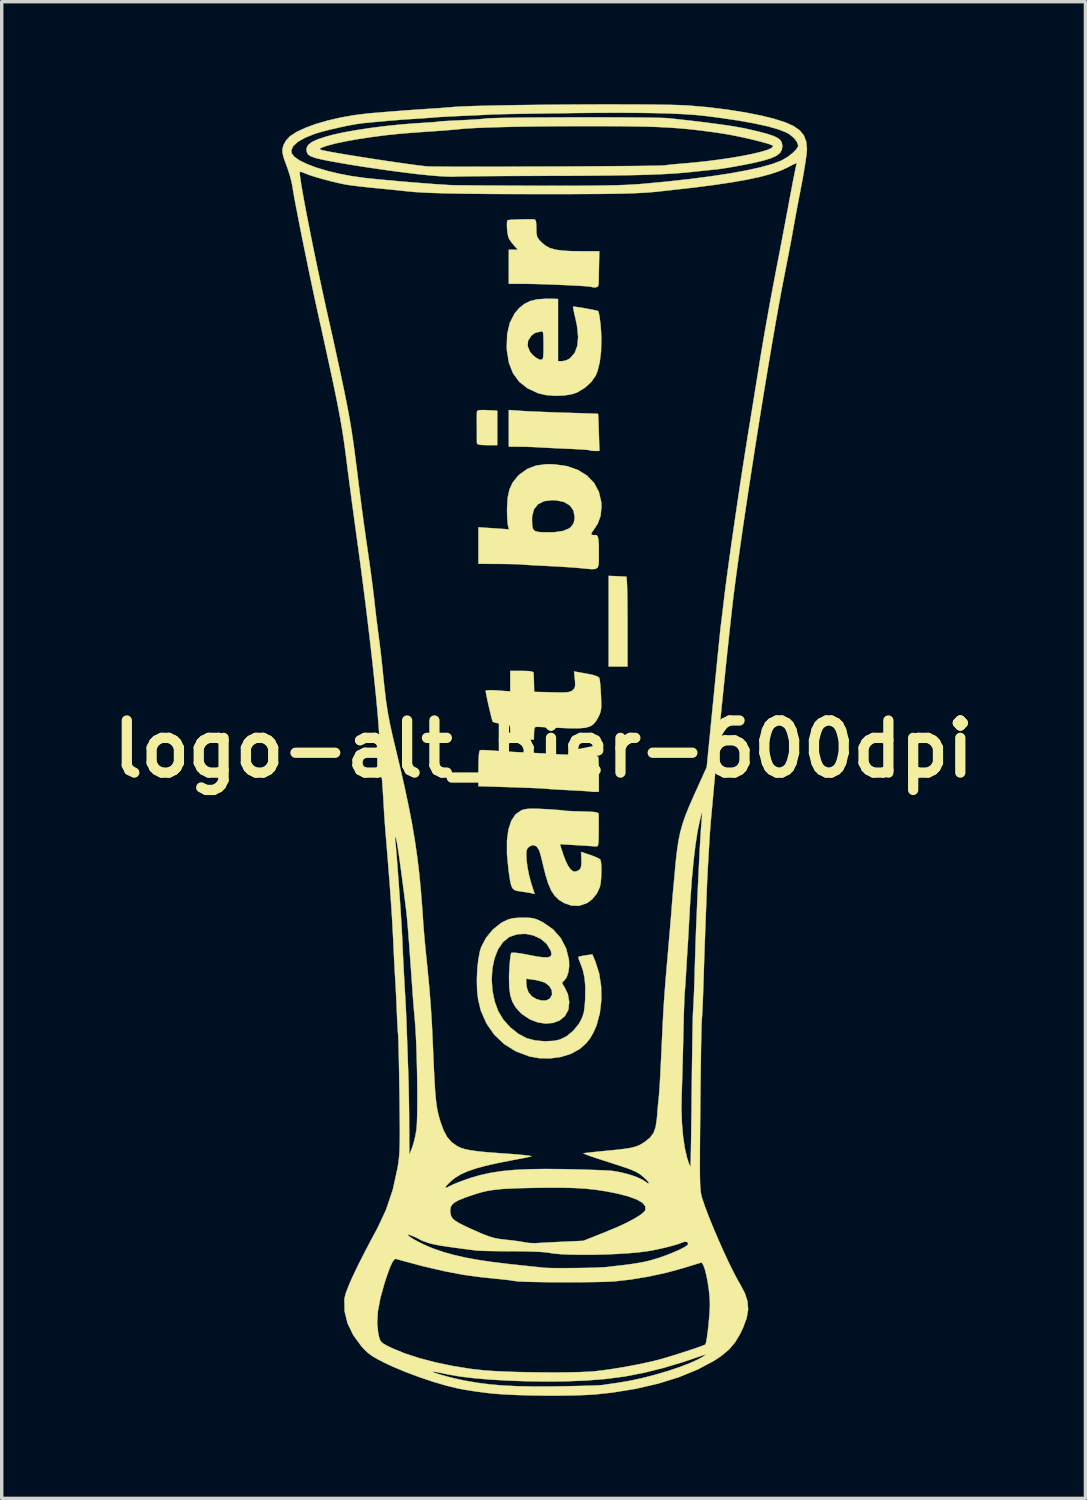
<source format=kicad_pcb>
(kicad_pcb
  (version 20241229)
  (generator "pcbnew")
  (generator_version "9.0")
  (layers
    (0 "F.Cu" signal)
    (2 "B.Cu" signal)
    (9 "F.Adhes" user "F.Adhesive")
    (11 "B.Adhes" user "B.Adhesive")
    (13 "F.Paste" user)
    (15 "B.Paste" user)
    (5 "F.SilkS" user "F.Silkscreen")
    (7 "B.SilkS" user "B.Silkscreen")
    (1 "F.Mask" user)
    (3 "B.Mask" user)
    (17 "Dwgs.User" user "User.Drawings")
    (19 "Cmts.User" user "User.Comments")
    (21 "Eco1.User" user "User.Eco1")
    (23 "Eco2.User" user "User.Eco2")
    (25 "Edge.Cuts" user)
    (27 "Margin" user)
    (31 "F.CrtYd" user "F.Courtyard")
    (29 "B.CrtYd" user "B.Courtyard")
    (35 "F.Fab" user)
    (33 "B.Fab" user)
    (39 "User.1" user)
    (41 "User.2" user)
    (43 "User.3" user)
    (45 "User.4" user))
  (footprint "logo-alt_bier-600dpi"
    (layer "F.Cu")
    (at 12.852 18.863)
    (property "Reference" "logo-alt_bier-600dpi" (at 0 0 0) (layer "F.SilkS") (effects (font (size 1.524 1.524) (thickness 0.3))))
    (attr through_hole)
    (fp_poly (pts (xy 2.148 -5.055) (xy 2.286 -5.049) (xy 2.388 -5.043) (xy 2.424 -5.041) (xy 2.431 -4.999) (xy 2.439 -4.884) (xy 2.445 -4.703) (xy 2.45 -4.469) (xy 2.453 -4.191) (xy 2.455 -3.88) (xy 2.455 -3.725) (xy 2.455 -2.413) (xy 1.905 -2.413) (xy 1.905 -5.066) (xy 2.148 -5.055)) (stroke (width 0.01) (type solid)) (fill yes) (layer "F.SilkS"))
    (fp_poly (pts (xy -1.651 -9.913) (xy -1.355 -9.899) (xy -1.355 -8.89) (xy -1.651 -8.89) (xy -1.824 -8.896) (xy -1.921 -8.914) (xy -1.949 -8.943) (xy -1.95 -9.028) (xy -1.951 -9.167) (xy -1.951 -9.338) (xy -1.952 -9.516) (xy -1.952 -9.679) (xy -1.951 -9.803) (xy -1.95 -9.864) (xy -1.933 -9.897) (xy -1.875 -9.914) (xy -1.76 -9.917) (xy -1.651 -9.913)) (stroke (width 0.01) (type solid)) (fill yes) (layer "F.SilkS"))
    (fp_poly (pts (xy -0.624 -9.89) (xy -0.459 -9.881) (xy -0.23 -9.87) (xy 0.043 -9.859) (xy 0.34 -9.848) (xy 0.641 -9.838) (xy 0.677 -9.837) (xy 0.945 -9.829) (xy 1.182 -9.822) (xy 1.376 -9.815) (xy 1.515 -9.81) (xy 1.587 -9.807) (xy 1.593 -9.806) (xy 1.597 -9.764) (xy 1.602 -9.653) (xy 1.609 -9.491) (xy 1.616 -9.291) (xy 1.617 -9.26) (xy 1.634 -8.721) (xy 1.501 -8.721) (xy 1.403 -8.726) (xy 1.349 -8.74) (xy 1.349 -8.74) (xy 1.302 -8.749) (xy 1.186 -8.759) (xy 1.015 -8.77) (xy 0.806 -8.781) (xy 0.696 -8.786) (xy 0.454 -8.796) (xy 0.222 -8.807) (xy 0.024 -8.817) (xy -0.118 -8.825) (xy -0.148 -8.827) (xy -0.3 -8.835) (xy -0.494 -8.841) (xy -0.688 -8.845) (xy -1.016 -8.848) (xy -1.016 -9.918) (xy -0.624 -9.89)) (stroke (width 0.01) (type solid)) (fill yes) (layer "F.SilkS"))
    (fp_poly (pts (xy -1.675 0.034) (xy -1.516 0.044) (xy -1.473 0.048) (xy -1.307 0.06) (xy -1.082 0.074) (xy -0.822 0.089) (xy -0.554 0.102) (xy -0.45 0.107) (xy -0.208 0.118) (xy 0.013 0.129) (xy 0.195 0.139) (xy 0.321 0.147) (xy 0.36 0.151) (xy 0.45 0.157) (xy 0.605 0.164) (xy 0.801 0.169) (xy 1.018 0.173) (xy 1.028 0.173) (xy 1.233 0.179) (xy 1.407 0.19) (xy 1.532 0.203) (xy 1.591 0.219) (xy 1.593 0.221) (xy 1.603 0.277) (xy 1.611 0.399) (xy 1.616 0.569) (xy 1.618 0.755) (xy 1.618 1.249) (xy 1.508 1.253) (xy 1.422 1.252) (xy 1.386 1.245) (xy 1.342 1.239) (xy 1.228 1.23) (xy 1.062 1.22) (xy 0.857 1.209) (xy 0.782 1.205) (xy 0.558 1.194) (xy 0.357 1.182) (xy 0.198 1.172) (xy 0.1 1.163) (xy 0.087 1.162) (xy 0.015 1.156) (xy -0.128 1.148) (xy -0.327 1.139) (xy -0.57 1.13) (xy -0.842 1.12) (xy -0.961 1.116) (xy -1.905 1.087) (xy -1.905 0.568) (xy -1.901 0.321) (xy -1.89 0.147) (xy -1.872 0.052) (xy -1.859 0.034) (xy -1.797 0.03) (xy -1.675 0.034)) (stroke (width 0.01) (type solid)) (fill yes) (layer "F.SilkS"))
    (fp_poly (pts (xy -0.302 -15.498) (xy -0.286 -15.497) (xy -0.244 -15.482) (xy -0.221 -15.43) (xy -0.213 -15.321) (xy -0.212 -15.235) (xy -0.208 -15.086) (xy -0.187 -14.988) (xy -0.137 -14.906) (xy -0.053 -14.817) (xy 0.056 -14.726) (xy 0.183 -14.658) (xy 0.342 -14.611) (xy 0.546 -14.581) (xy 0.81 -14.566) (xy 1.092 -14.563) (xy 1.63 -14.563) (xy 1.622 -14.129) (xy 1.618 -13.935) (xy 1.615 -13.766) (xy 1.612 -13.643) (xy 1.611 -13.6) (xy 1.586 -13.524) (xy 1.51 -13.504) (xy 1.426 -13.511) (xy 1.393 -13.522) (xy 1.346 -13.53) (xy 1.228 -13.54) (xy 1.053 -13.552) (xy 0.835 -13.563) (xy 0.589 -13.575) (xy 0.328 -13.586) (xy 0.066 -13.596) (xy -0.183 -13.603) (xy -0.405 -13.608) (xy -0.582 -13.61) (xy -1.016 -13.61) (xy -1.016 -14.605) (xy -0.746 -14.605) (xy -0.855 -14.721) (xy -0.943 -14.829) (xy -1.012 -14.932) (xy -1.015 -14.939) (xy -1.041 -15.025) (xy -1.061 -15.151) (xy -1.071 -15.287) (xy -1.07 -15.403) (xy -1.056 -15.468) (xy -1.054 -15.47) (xy -1.008 -15.478) (xy -0.9 -15.486) (xy -0.752 -15.492) (xy -0.588 -15.497) (xy -0.43 -15.499) (xy -0.302 -15.498)) (stroke (width 0.01) (type solid)) (fill yes) (layer "F.SilkS"))
    (fp_poly (pts (xy -0.448 -2.281) (xy -0.337 -2.266) (xy -0.293 -2.239) (xy -0.292 -2.233) (xy -0.289 -2.164) (xy -0.284 -2.041) (xy -0.281 -1.926) (xy -0.275 -1.672) (xy 0.247 -1.659) (xy 0.472 -1.654) (xy 0.627 -1.656) (xy 0.731 -1.666) (xy 0.799 -1.685) (xy 0.847 -1.715) (xy 0.856 -1.722) (xy 0.905 -1.78) (xy 0.925 -1.856) (xy 0.922 -1.977) (xy 0.916 -2.034) (xy 0.892 -2.269) (xy 1.249 -2.207) (xy 1.456 -2.164) (xy 1.583 -2.12) (xy 1.632 -2.078) (xy 1.645 -2.009) (xy 1.66 -1.877) (xy 1.672 -1.703) (xy 1.68 -1.566) (xy 1.687 -1.361) (xy 1.686 -1.217) (xy 1.673 -1.112) (xy 1.645 -1.024) (xy 1.601 -0.931) (xy 1.53 -0.809) (xy 1.452 -0.72) (xy 1.354 -0.659) (xy 1.222 -0.623) (xy 1.043 -0.607) (xy 0.803 -0.607) (xy 0.572 -0.615) (xy 0.34 -0.625) (xy 0.131 -0.635) (xy -0.037 -0.643) (xy -0.146 -0.648) (xy -0.169 -0.649) (xy -0.235 -0.646) (xy -0.267 -0.61) (xy -0.278 -0.519) (xy -0.279 -0.466) (xy -0.284 -0.275) (xy -0.449 -0.275) (xy -0.606 -0.278) (xy -0.773 -0.287) (xy -0.794 -0.288) (xy -0.974 -0.301) (xy -0.974 -0.51) (xy -0.979 -0.639) (xy -1 -0.702) (xy -1.044 -0.721) (xy -1.048 -0.721) (xy -1.171 -0.73) (xy -1.305 -0.749) (xy -1.419 -0.772) (xy -1.482 -0.795) (xy -1.485 -0.798) (xy -1.502 -0.846) (xy -1.532 -0.956) (xy -1.568 -1.106) (xy -1.608 -1.274) (xy -1.644 -1.44) (xy -1.674 -1.583) (xy -1.691 -1.679) (xy -1.694 -1.705) (xy -1.655 -1.717) (xy -1.551 -1.721) (xy -1.401 -1.716) (xy -1.333 -1.711) (xy -0.974 -1.685) (xy -0.974 -2.286) (xy -0.635 -2.286) (xy -0.448 -2.281)) (stroke (width 0.01) (type solid)) (fill yes) (layer "F.SilkS"))
    (fp_poly (pts (xy 0.286 -13.171) (xy 0.423 -13.166) (xy 0.423 -11.345) (xy 0.545 -11.345) (xy 0.667 -11.372) (xy 0.772 -11.429) (xy 0.909 -11.585) (xy 0.989 -11.795) (xy 1.012 -12.062) (xy 0.978 -12.387) (xy 0.934 -12.594) (xy 0.898 -12.751) (xy 0.873 -12.872) (xy 0.863 -12.937) (xy 0.863 -12.943) (xy 0.907 -12.941) (xy 1.01 -12.926) (xy 1.149 -12.904) (xy 1.3 -12.877) (xy 1.44 -12.851) (xy 1.546 -12.828) (xy 1.593 -12.814) (xy 1.594 -12.814) (xy 1.618 -12.751) (xy 1.642 -12.622) (xy 1.663 -12.447) (xy 1.68 -12.244) (xy 1.69 -12.031) (xy 1.69 -12.006) (xy 1.682 -11.64) (xy 1.643 -11.316) (xy 1.576 -11.048) (xy 1.522 -10.918) (xy 1.391 -10.734) (xy 1.204 -10.566) (xy 0.991 -10.437) (xy 0.873 -10.392) (xy 0.625 -10.345) (xy 0.343 -10.333) (xy 0.066 -10.356) (xy -0.157 -10.408) (xy -0.466 -10.551) (xy -0.71 -10.743) (xy -0.891 -10.988) (xy -1.011 -11.29) (xy -1.071 -11.651) (xy -1.077 -11.748) (xy -1.076 -11.787) (xy -0.466 -11.787) (xy -0.399 -11.625) (xy -0.322 -11.532) (xy -0.218 -11.446) (xy -0.122 -11.394) (xy -0.089 -11.388) (xy -0.049 -11.393) (xy -0.023 -11.417) (xy -0.008 -11.478) (xy -0.002 -11.589) (xy -0.000031 -11.765) (xy 0 -11.816) (xy -0.002 -12.01) (xy -0.008 -12.133) (xy -0.02 -12.199) (xy -0.042 -12.222) (xy -0.067 -12.218) (xy -0.164 -12.194) (xy -0.196 -12.192) (xy -0.266 -12.164) (xy -0.354 -12.096) (xy -0.362 -12.088) (xy -0.453 -11.945) (xy -0.466 -11.787) (xy -1.076 -11.787) (xy -1.064 -12.135) (xy -0.988 -12.465) (xy -0.849 -12.74) (xy -0.713 -12.899) (xy -0.559 -13.023) (xy -0.39 -13.106) (xy -0.188 -13.155) (xy 0.065 -13.173) (xy 0.286 -13.171)) (stroke (width 0.01) (type solid)) (fill yes) (layer "F.SilkS"))
    (fp_poly (pts (xy 0.314 -8.329) (xy 0.686 -8.276) (xy 1.007 -8.164) (xy 1.273 -7.998) (xy 1.478 -7.784) (xy 1.618 -7.525) (xy 1.687 -7.226) (xy 1.693 -7.09) (xy 1.668 -6.82) (xy 1.584 -6.591) (xy 1.474 -6.424) (xy 1.405 -6.323) (xy 1.398 -6.27) (xy 1.457 -6.257) (xy 1.51 -6.261) (xy 1.556 -6.253) (xy 1.587 -6.208) (xy 1.606 -6.114) (xy 1.616 -5.958) (xy 1.617 -5.731) (xy 1.617 -5.721) (xy 1.617 -5.522) (xy 1.609 -5.387) (xy 1.581 -5.307) (xy 1.518 -5.269) (xy 1.407 -5.262) (xy 1.234 -5.277) (xy 1.079 -5.293) (xy 0.912 -5.307) (xy 0.686 -5.323) (xy 0.427 -5.339) (xy 0.163 -5.353) (xy 0.085 -5.357) (xy -0.146 -5.368) (xy -0.35 -5.379) (xy -0.511 -5.389) (xy -0.611 -5.397) (xy -0.635 -5.4) (xy -0.699 -5.404) (xy -0.83 -5.409) (xy -1.011 -5.412) (xy -1.226 -5.415) (xy -1.302 -5.415) (xy -1.905 -5.419) (xy -1.905 -6.487) (xy -1.456 -6.457) (xy -1.008 -6.426) (xy -1.037 -6.52) (xy -1.051 -6.603) (xy -1.059 -6.723) (xy -0.338 -6.723) (xy -0.333 -6.546) (xy -0.309 -6.436) (xy -0.253 -6.377) (xy -0.15 -6.35) (xy -0.027 -6.341) (xy 0.304 -6.341) (xy 0.56 -6.377) (xy 0.74 -6.449) (xy 0.801 -6.496) (xy 0.878 -6.601) (xy 0.908 -6.73) (xy 0.91 -6.791) (xy 0.874 -6.981) (xy 0.767 -7.128) (xy 0.596 -7.228) (xy 0.364 -7.277) (xy 0.253 -7.281) (xy 0.015 -7.251) (xy -0.163 -7.162) (xy -0.28 -7.015) (xy -0.334 -6.811) (xy -0.338 -6.723) (xy -1.059 -6.723) (xy -1.061 -6.746) (xy -1.067 -6.925) (xy -1.068 -7.024) (xy -1.051 -7.339) (xy -0.998 -7.592) (xy -0.9 -7.801) (xy -0.752 -7.984) (xy -0.686 -8.046) (xy -0.464 -8.2) (xy -0.213 -8.294) (xy 0.084 -8.333) (xy 0.314 -8.329)) (stroke (width 0.01) (type solid)) (fill yes) (layer "F.SilkS"))
    (fp_poly (pts (xy -0.122 1.75) (xy 0.039 1.758) (xy 0.243 1.77) (xy 0.415 1.783) (xy 0.538 1.793) (xy 0.595 1.802) (xy 0.596 1.802) (xy 0.646 1.809) (xy 0.762 1.815) (xy 0.928 1.822) (xy 1.115 1.827) (xy 1.33 1.833) (xy 1.475 1.842) (xy 1.561 1.857) (xy 1.602 1.878) (xy 1.611 1.903) (xy 1.612 1.971) (xy 1.613 2.103) (xy 1.613 2.277) (xy 1.613 2.413) (xy 1.611 2.612) (xy 1.605 2.741) (xy 1.593 2.814) (xy 1.571 2.845) (xy 1.538 2.85) (xy 1.538 2.85) (xy 1.467 2.845) (xy 1.332 2.836) (xy 1.153 2.824) (xy 0.97 2.813) (xy 0.477 2.784) (xy 0.579 3.096) (xy 0.642 3.262) (xy 0.713 3.409) (xy 0.778 3.505) (xy 0.783 3.511) (xy 0.863 3.578) (xy 0.931 3.587) (xy 0.993 3.565) (xy 1.058 3.524) (xy 1.094 3.462) (xy 1.108 3.358) (xy 1.106 3.192) (xy 1.104 3.167) (xy 1.097 3.01) (xy 1.363 3.099) (xy 1.504 3.151) (xy 1.612 3.201) (xy 1.661 3.235) (xy 1.68 3.308) (xy 1.69 3.44) (xy 1.691 3.605) (xy 1.684 3.778) (xy 1.668 3.933) (xy 1.649 4.031) (xy 1.562 4.223) (xy 1.422 4.395) (xy 1.269 4.509) (xy 1.04 4.586) (xy 0.81 4.579) (xy 0.603 4.506) (xy 0.453 4.414) (xy 0.329 4.297) (xy 0.226 4.142) (xy 0.136 3.937) (xy 0.054 3.67) (xy -0.02 3.365) (xy -0.06 3.199) (xy -0.101 3.05) (xy -0.132 2.954) (xy -0.208 2.845) (xy -0.308 2.809) (xy -0.417 2.852) (xy -0.431 2.864) (xy -0.476 2.914) (xy -0.499 2.977) (xy -0.505 3.076) (xy -0.498 3.234) (xy -0.496 3.26) (xy -0.47 3.466) (xy -0.423 3.7) (xy -0.367 3.909) (xy -0.261 4.241) (xy -0.353 4.218) (xy -0.447 4.2) (xy -0.586 4.178) (xy -0.67 4.166) (xy -0.778 4.149) (xy -0.855 4.122) (xy -0.91 4.071) (xy -0.949 3.982) (xy -0.98 3.842) (xy -1.011 3.638) (xy -1.026 3.526) (xy -1.07 3.07) (xy -1.07 2.678) (xy -1.027 2.353) (xy -0.942 2.095) (xy -0.816 1.908) (xy -0.648 1.793) (xy -0.563 1.765) (xy -0.459 1.75) (xy -0.318 1.745) (xy -0.122 1.75)) (stroke (width 0.01) (type solid)) (fill yes) (layer "F.SilkS"))
    (fp_poly (pts (xy -0.432 4.937) (xy -0.3 4.952) (xy -0.183 4.989) (xy -0.046 5.056) (xy -0.007 5.077) (xy 0.28 5.278) (xy 0.505 5.534) (xy 0.661 5.835) (xy 0.742 6.161) (xy 0.749 6.351) (xy 0.724 6.534) (xy 0.673 6.684) (xy 0.602 6.777) (xy 0.597 6.781) (xy 0.551 6.816) (xy 0.548 6.859) (xy 0.591 6.934) (xy 0.617 6.973) (xy 0.711 7.173) (xy 0.75 7.397) (xy 0.729 7.611) (xy 0.721 7.638) (xy 0.622 7.815) (xy 0.47 7.94) (xy 0.278 8.013) (xy 0.059 8.032) (xy -0.173 7.997) (xy -0.404 7.907) (xy -0.621 7.762) (xy -0.683 7.707) (xy -0.817 7.555) (xy -0.913 7.391) (xy -0.974 7.199) (xy -1.005 6.963) (xy -1.007 6.855) (xy -0.508 6.855) (xy -0.487 6.991) (xy -0.442 7.117) (xy -0.346 7.233) (xy -0.21 7.316) (xy -0.058 7.358) (xy 0.085 7.354) (xy 0.187 7.299) (xy 0.249 7.186) (xy 0.241 7.057) (xy 0.169 6.933) (xy 0.048 6.84) (xy -0.066 6.797) (xy -0.218 6.761) (xy -0.29 6.749) (xy -0.508 6.72) (xy -0.508 6.855) (xy -1.007 6.855) (xy -1.01 6.668) (xy -1.004 6.505) (xy -0.992 6.306) (xy -0.977 6.137) (xy -0.96 6.017) (xy -0.945 5.965) (xy -0.889 5.958) (xy -0.77 5.967) (xy -0.604 5.992) (xy -0.486 6.015) (xy -0.211 6.067) (xy -0.01 6.094) (xy 0.125 6.095) (xy 0.203 6.069) (xy 0.232 6.014) (xy 0.219 5.928) (xy 0.205 5.888) (xy 0.091 5.7) (xy -0.081 5.553) (xy -0.294 5.454) (xy -0.529 5.407) (xy -0.769 5.419) (xy -0.994 5.495) (xy -1.015 5.507) (xy -1.191 5.652) (xy -1.332 5.86) (xy -1.434 6.12) (xy -1.497 6.416) (xy -1.518 6.736) (xy -1.496 7.066) (xy -1.428 7.392) (xy -1.328 7.666) (xy -1.182 7.911) (xy -0.977 8.14) (xy -0.739 8.331) (xy -0.49 8.462) (xy -0.487 8.463) (xy -0.242 8.526) (xy 0.035 8.551) (xy 0.305 8.537) (xy 0.472 8.502) (xy 0.674 8.404) (xy 0.868 8.244) (xy 1.032 8.041) (xy 1.088 7.943) (xy 1.141 7.827) (xy 1.177 7.71) (xy 1.199 7.569) (xy 1.214 7.378) (xy 1.219 7.272) (xy 1.222 6.952) (xy 1.199 6.688) (xy 1.147 6.455) (xy 1.072 6.254) (xy 1.033 6.152) (xy 1.018 6.088) (xy 1.02 6.08) (xy 1.069 6.065) (xy 1.172 6.046) (xy 1.232 6.036) (xy 1.427 6.008) (xy 1.513 6.211) (xy 1.625 6.56) (xy 1.684 6.945) (xy 1.691 7.341) (xy 1.646 7.728) (xy 1.551 8.083) (xy 1.462 8.288) (xy 1.356 8.471) (xy 1.246 8.609) (xy 1.103 8.737) (xy 1.049 8.779) (xy 0.809 8.914) (xy 0.517 9.006) (xy 0.195 9.051) (xy -0.133 9.044) (xy -0.412 8.994) (xy -0.806 8.847) (xy -1.151 8.633) (xy -1.441 8.359) (xy -1.67 8.03) (xy -1.835 7.653) (xy -1.915 7.319) (xy -1.944 7.055) (xy -1.951 6.758) (xy -1.939 6.452) (xy -1.909 6.164) (xy -1.862 5.918) (xy -1.824 5.793) (xy -1.683 5.524) (xy -1.483 5.282) (xy -1.247 5.093) (xy -1.169 5.049) (xy -1.035 4.987) (xy -0.904 4.952) (xy -0.745 4.937) (xy -0.614 4.934) (xy -0.432 4.937)) (stroke (width 0.01) (type solid)) (fill yes) (layer "F.SilkS"))
    (fp_poly (pts (xy 1.75 -18.48) (xy 2.147 -18.479) (xy 2.518 -18.477) (xy 2.854 -18.474) (xy 3.146 -18.47) (xy 3.384 -18.466) (xy 3.559 -18.46) (xy 3.662 -18.454) (xy 4.25 -18.389) (xy 4.758 -18.328) (xy 5.188 -18.271) (xy 5.544 -18.218) (xy 5.83 -18.167) (xy 5.969 -18.138) (xy 6.289 -18.063) (xy 6.536 -17.998) (xy 6.718 -17.938) (xy 6.845 -17.879) (xy 6.925 -17.816) (xy 6.968 -17.745) (xy 6.984 -17.661) (xy 6.985 -17.632) (xy 6.969 -17.526) (xy 6.914 -17.436) (xy 6.814 -17.358) (xy 6.659 -17.287) (xy 6.441 -17.219) (xy 6.152 -17.15) (xy 5.94 -17.107) (xy 5.696 -17.06) (xy 5.458 -17.018) (xy 5.249 -16.984) (xy 5.093 -16.962) (xy 5.059 -16.958) (xy 4.897 -16.942) (xy 4.689 -16.921) (xy 4.471 -16.897) (xy 4.403 -16.89) (xy 4.177 -16.867) (xy 3.945 -16.847) (xy 3.697 -16.83) (xy 3.427 -16.816) (xy 3.126 -16.804) (xy 2.788 -16.794) (xy 2.404 -16.786) (xy 1.968 -16.78) (xy 1.47 -16.775) (xy 0.905 -16.771) (xy 0.264 -16.769) (xy 0.152 -16.769) (xy -0.317 -16.767) (xy -0.763 -16.766) (xy -1.178 -16.764) (xy -1.554 -16.761) (xy -1.884 -16.759) (xy -2.161 -16.756) (xy -2.376 -16.753) (xy -2.524 -16.75) (xy -2.595 -16.748) (xy -2.6 -16.747) (xy -2.677 -16.744) (xy -2.817 -16.748) (xy -2.998 -16.757) (xy -3.154 -16.767) (xy -3.423 -16.792) (xy -3.742 -16.826) (xy -4.097 -16.87) (xy -4.474 -16.919) (xy -4.862 -16.974) (xy -5.246 -17.031) (xy -5.614 -17.089) (xy -5.953 -17.146) (xy -6.248 -17.199) (xy -6.488 -17.247) (xy -6.659 -17.288) (xy -6.678 -17.294) (xy -6.815 -17.343) (xy -6.891 -17.395) (xy -6.926 -17.467) (xy -6.927 -17.471) (xy -6.931 -17.55) (xy -6.547 -17.55) (xy -6.494 -17.525) (xy -6.418 -17.506) (xy -6.269 -17.476) (xy -6.061 -17.439) (xy -5.806 -17.395) (xy -5.515 -17.348) (xy -5.2 -17.298) (xy -4.874 -17.247) (xy -4.548 -17.198) (xy -4.235 -17.153) (xy -3.947 -17.112) (xy -3.696 -17.078) (xy -3.493 -17.054) (xy -3.408 -17.045) (xy -3.331 -17.042) (xy -3.179 -17.039) (xy -2.96 -17.038) (xy -2.681 -17.036) (xy -2.351 -17.036) (xy -1.977 -17.035) (xy -1.567 -17.036) (xy -1.129 -17.036) (xy -0.67 -17.038) (xy -0.2 -17.039) (xy 0.275 -17.041) (xy 0.746 -17.043) (xy 1.206 -17.046) (xy 1.646 -17.049) (xy 2.059 -17.052) (xy 2.437 -17.055) (xy 2.772 -17.058) (xy 3.057 -17.062) (xy 3.282 -17.065) (xy 3.441 -17.069) (xy 3.525 -17.073) (xy 3.535 -17.074) (xy 3.638 -17.088) (xy 3.795 -17.105) (xy 3.974 -17.12) (xy 4 -17.122) (xy 4.403 -17.157) (xy 4.798 -17.2) (xy 5.177 -17.249) (xy 5.532 -17.302) (xy 5.855 -17.359) (xy 6.139 -17.417) (xy 6.374 -17.474) (xy 6.554 -17.53) (xy 6.67 -17.583) (xy 6.714 -17.631) (xy 6.704 -17.655) (xy 6.644 -17.683) (xy 6.516 -17.724) (xy 6.337 -17.773) (xy 6.123 -17.827) (xy 5.889 -17.881) (xy 5.652 -17.931) (xy 5.427 -17.975) (xy 5.23 -18.008) (xy 5.228 -18.009) (xy 4.888 -18.058) (xy 4.575 -18.098) (xy 4.279 -18.132) (xy 3.986 -18.159) (xy 3.684 -18.181) (xy 3.363 -18.197) (xy 3.01 -18.209) (xy 2.613 -18.216) (xy 2.16 -18.221) (xy 1.639 -18.223) (xy 1.397 -18.223) (xy 0.792 -18.222) (xy 0.214 -18.219) (xy -0.33 -18.213) (xy -0.833 -18.205) (xy -1.287 -18.194) (xy -1.684 -18.182) (xy -2.018 -18.168) (xy -2.28 -18.152) (xy -2.434 -18.139) (xy -2.559 -18.126) (xy -2.717 -18.112) (xy -2.918 -18.096) (xy -3.174 -18.077) (xy -3.495 -18.055) (xy -3.81 -18.033) (xy -4.212 -18) (xy -4.624 -17.957) (xy -5.031 -17.904) (xy -5.419 -17.845) (xy -5.774 -17.782) (xy -6.082 -17.717) (xy -6.33 -17.652) (xy -6.457 -17.609) (xy -6.538 -17.573) (xy -6.547 -17.55) (xy -6.931 -17.55) (xy -6.933 -17.578) (xy -6.887 -17.671) (xy -6.782 -17.756) (xy -6.612 -17.835) (xy -6.369 -17.915) (xy -6.16 -17.971) (xy -5.848 -18.04) (xy -5.471 -18.107) (xy -5.05 -18.171) (xy -4.605 -18.227) (xy -4.155 -18.273) (xy -3.721 -18.307) (xy -3.619 -18.313) (xy -3.421 -18.325) (xy -3.255 -18.336) (xy -3.139 -18.346) (xy -3.09 -18.353) (xy -3.09 -18.353) (xy -3.042 -18.359) (xy -2.925 -18.368) (xy -2.754 -18.378) (xy -2.544 -18.389) (xy -2.433 -18.394) (xy -2.202 -18.405) (xy -1.993 -18.418) (xy -1.825 -18.43) (xy -1.717 -18.441) (xy -1.693 -18.444) (xy -1.619 -18.451) (xy -1.47 -18.457) (xy -1.254 -18.463) (xy -0.981 -18.467) (xy -0.661 -18.471) (xy -0.302 -18.475) (xy 0.087 -18.477) (xy 0.495 -18.479) (xy 0.915 -18.48) (xy 1.336 -18.481) (xy 1.75 -18.48)) (stroke (width 0.01) (type solid)) (fill yes) (layer "F.SilkS"))
    (fp_poly (pts (xy 2.58 -18.857) (xy 3.008 -18.855) (xy 3.394 -18.851) (xy 3.729 -18.845) (xy 4.003 -18.837) (xy 4.208 -18.828) (xy 4.233 -18.826) (xy 4.801 -18.777) (xy 5.365 -18.708) (xy 5.903 -18.623) (xy 6.395 -18.525) (xy 6.734 -18.44) (xy 7.063 -18.337) (xy 7.314 -18.225) (xy 7.496 -18.098) (xy 7.617 -17.949) (xy 7.684 -17.77) (xy 7.705 -17.555) (xy 7.705 -17.552) (xy 7.697 -17.438) (xy 7.674 -17.259) (xy 7.639 -17.031) (xy 7.595 -16.77) (xy 7.544 -16.495) (xy 7.537 -16.459) (xy 7.481 -16.168) (xy 7.425 -15.875) (xy 7.374 -15.602) (xy 7.332 -15.369) (xy 7.301 -15.198) (xy 7.301 -15.198) (xy 7.272 -15.034) (xy 7.23 -14.807) (xy 7.178 -14.535) (xy 7.12 -14.237) (xy 7.061 -13.933) (xy 7.043 -13.843) (xy 6.963 -13.432) (xy 6.874 -12.947) (xy 6.777 -12.399) (xy 6.673 -11.798) (xy 6.565 -11.155) (xy 6.453 -10.479) (xy 6.34 -9.781) (xy 6.227 -9.072) (xy 6.116 -8.361) (xy 6.008 -7.659) (xy 5.905 -6.977) (xy 5.809 -6.324) (xy 5.722 -5.712) (xy 5.644 -5.149) (xy 5.578 -4.647) (xy 5.568 -4.572) (xy 5.538 -4.324) (xy 5.502 -4.003) (xy 5.459 -3.62) (xy 5.413 -3.185) (xy 5.362 -2.712) (xy 5.31 -2.209) (xy 5.257 -1.69) (xy 5.203 -1.163) (xy 5.151 -0.642) (xy 5.102 -0.137) (xy 5.056 0.341) (xy 5.014 0.781) (xy 4.996 0.974) (xy 4.97 1.263) (xy 4.945 1.537) (xy 4.923 1.779) (xy 4.905 1.974) (xy 4.893 2.107) (xy 4.89 2.138) (xy 4.879 2.278) (xy 4.865 2.469) (xy 4.852 2.678) (xy 4.848 2.752) (xy 4.834 2.977) (xy 4.82 3.217) (xy 4.808 3.428) (xy 4.805 3.471) (xy 4.797 3.633) (xy 4.786 3.853) (xy 4.775 4.105) (xy 4.765 4.363) (xy 4.763 4.424) (xy 4.753 4.704) (xy 4.741 5.009) (xy 4.73 5.303) (xy 4.721 5.55) (xy 4.72 5.567) (xy 4.712 5.778) (xy 4.703 6.049) (xy 4.693 6.354) (xy 4.683 6.669) (xy 4.675 6.921) (xy 4.666 7.191) (xy 4.656 7.441) (xy 4.647 7.654) (xy 4.637 7.817) (xy 4.63 7.911) (xy 4.629 7.916) (xy 4.625 7.985) (xy 4.62 8.131) (xy 4.615 8.345) (xy 4.609 8.619) (xy 4.604 8.945) (xy 4.599 9.316) (xy 4.593 9.722) (xy 4.588 10.156) (xy 4.585 10.477) (xy 4.58 10.991) (xy 4.576 11.428) (xy 4.574 11.794) (xy 4.573 12.097) (xy 4.573 12.345) (xy 4.575 12.544) (xy 4.579 12.701) (xy 4.586 12.825) (xy 4.594 12.923) (xy 4.605 13) (xy 4.619 13.066) (xy 4.635 13.126) (xy 4.647 13.166) (xy 4.729 13.406) (xy 4.84 13.696) (xy 4.971 14.02) (xy 5.117 14.36) (xy 5.268 14.7) (xy 5.418 15.022) (xy 5.559 15.308) (xy 5.683 15.543) (xy 5.747 15.652) (xy 5.888 15.916) (xy 5.967 16.158) (xy 5.985 16.396) (xy 5.942 16.648) (xy 5.836 16.932) (xy 5.755 17.103) (xy 5.607 17.353) (xy 5.429 17.564) (xy 5.201 17.755) (xy 4.986 17.897) (xy 4.508 18.152) (xy 3.96 18.376) (xy 3.353 18.565) (xy 2.697 18.717) (xy 2.002 18.829) (xy 1.524 18.88) (xy 1.233 18.898) (xy 0.879 18.91) (xy 0.481 18.916) (xy 0.06 18.916) (xy -0.364 18.91) (xy -0.77 18.899) (xy -1.137 18.882) (xy -1.446 18.86) (xy -1.503 18.855) (xy -1.765 18.824) (xy -2.049 18.785) (xy -2.316 18.742) (xy -2.494 18.709) (xy -2.835 18.627) (xy -3.224 18.513) (xy -3.634 18.375) (xy -4.039 18.224) (xy -4.056 18.217) (xy -3.245 18.217) (xy -3.218 18.237) (xy -3.124 18.27) (xy -2.982 18.314) (xy -2.806 18.362) (xy -2.615 18.41) (xy -2.424 18.453) (xy -2.307 18.477) (xy -1.949 18.539) (xy -1.583 18.587) (xy -1.195 18.62) (xy -0.771 18.641) (xy -0.294 18.65) (xy 0.249 18.649) (xy 0.381 18.647) (xy 0.699 18.641) (xy 0.994 18.635) (xy 1.255 18.628) (xy 1.469 18.622) (xy 1.625 18.615) (xy 1.709 18.609) (xy 1.714 18.608) (xy 1.818 18.593) (xy 1.974 18.57) (xy 2.151 18.545) (xy 2.18 18.541) (xy 2.52 18.483) (xy 2.886 18.404) (xy 3.261 18.307) (xy 3.629 18.199) (xy 3.973 18.085) (xy 4.278 17.968) (xy 4.526 17.855) (xy 4.658 17.781) (xy 4.728 17.731) (xy 4.739 17.712) (xy 4.72 17.717) (xy 4.083 17.934) (xy 3.494 18.11) (xy 2.934 18.249) (xy 2.383 18.355) (xy 1.822 18.429) (xy 1.23 18.476) (xy 0.59 18.5) (xy 0.106 18.504) (xy -0.479 18.497) (xy -1.038 18.477) (xy -1.56 18.447) (xy -2.033 18.407) (xy -2.446 18.357) (xy -2.788 18.298) (xy -2.842 18.287) (xy -3.011 18.251) (xy -3.147 18.226) (xy -3.229 18.215) (xy -3.245 18.217) (xy -4.056 18.217) (xy -4.413 18.067) (xy -4.636 17.963) (xy -4.851 17.853) (xy -5.009 17.761) (xy -5.132 17.67) (xy -5.243 17.567) (xy -5.33 17.471) (xy -5.569 17.144) (xy -5.733 16.802) (xy -5.735 16.795) (xy -4.868 16.795) (xy -4.837 17.096) (xy -4.82 17.174) (xy -4.793 17.267) (xy -4.758 17.334) (xy -4.697 17.389) (xy -4.593 17.449) (xy -4.43 17.529) (xy -4.428 17.53) (xy -4.067 17.679) (xy -3.64 17.818) (xy -3.165 17.943) (xy -2.66 18.049) (xy -2.145 18.132) (xy -1.732 18.179) (xy -1.471 18.197) (xy -1.153 18.213) (xy -0.794 18.225) (xy -0.41 18.233) (xy -0.017 18.238) (xy 0.369 18.239) (xy 0.733 18.236) (xy 1.059 18.228) (xy 1.33 18.217) (xy 1.515 18.203) (xy 1.915 18.152) (xy 2.358 18.081) (xy 2.807 17.996) (xy 3.227 17.903) (xy 3.303 17.884) (xy 3.451 17.844) (xy 3.639 17.789) (xy 3.851 17.724) (xy 4.071 17.654) (xy 4.283 17.585) (xy 4.472 17.522) (xy 4.62 17.469) (xy 4.713 17.432) (xy 4.735 17.42) (xy 4.754 17.364) (xy 4.777 17.242) (xy 4.801 17.072) (xy 4.824 16.874) (xy 4.843 16.666) (xy 4.858 16.466) (xy 4.866 16.293) (xy 4.867 16.235) (xy 4.858 16.032) (xy 4.836 15.814) (xy 4.803 15.596) (xy 4.763 15.393) (xy 4.719 15.22) (xy 4.673 15.094) (xy 4.631 15.029) (xy 4.611 15.024) (xy 4.548 15.043) (xy 4.423 15.081) (xy 4.255 15.133) (xy 4.088 15.185) (xy 3.599 15.319) (xy 3.07 15.434) (xy 2.54 15.522) (xy 2.074 15.573) (xy 1.911 15.583) (xy 1.689 15.59) (xy 1.421 15.595) (xy 1.121 15.598) (xy 0.802 15.6) (xy 0.478 15.6) (xy 0.161 15.598) (xy -0.134 15.594) (xy -0.395 15.589) (xy -0.608 15.582) (xy -0.76 15.573) (xy -0.826 15.565) (xy -0.946 15.546) (xy -1.1 15.526) (xy -1.164 15.52) (xy -1.297 15.506) (xy -1.485 15.487) (xy -1.699 15.465) (xy -1.841 15.45) (xy -2.342 15.382) (xy -2.905 15.275) (xy -3.522 15.132) (xy -4.182 14.955) (xy -4.32 14.915) (xy -4.368 14.933) (xy -4.425 15.016) (xy -4.495 15.169) (xy -4.578 15.397) (xy -4.652 15.621) (xy -4.776 16.066) (xy -4.848 16.454) (xy -4.868 16.795) (xy -5.735 16.795) (xy -5.82 16.453) (xy -5.827 16.106) (xy -5.823 16.072) (xy -5.788 15.928) (xy -5.709 15.717) (xy -5.589 15.442) (xy -5.429 15.107) (xy -5.232 14.718) (xy -5 14.277) (xy -4.96 14.203) (xy -3.979 14.203) (xy -3.943 14.248) (xy -3.844 14.316) (xy -3.7 14.398) (xy -3.527 14.485) (xy -3.341 14.568) (xy -3.217 14.617) (xy -2.935 14.714) (xy -2.633 14.799) (xy -2.302 14.875) (xy -1.93 14.944) (xy -1.505 15.007) (xy -1.015 15.067) (xy -0.572 15.114) (xy -0.374 15.135) (xy -0.201 15.153) (xy -0.074 15.167) (xy -0.021 15.173) (xy 0.079 15.18) (xy 0.245 15.185) (xy 0.462 15.187) (xy 0.71 15.186) (xy 0.974 15.184) (xy 1.234 15.18) (xy 1.474 15.174) (xy 1.676 15.166) (xy 1.822 15.157) (xy 1.863 15.153) (xy 2.061 15.129) (xy 2.274 15.105) (xy 2.392 15.091) (xy 2.57 15.068) (xy 2.781 15.034) (xy 2.959 15.001) (xy 3.148 14.955) (xy 3.359 14.891) (xy 3.576 14.815) (xy 3.785 14.733) (xy 3.97 14.652) (xy 4.116 14.577) (xy 4.208 14.516) (xy 4.233 14.48) (xy 4.201 14.421) (xy 4.123 14.413) (xy 4.071 14.432) (xy 3.971 14.471) (xy 3.81 14.52) (xy 3.61 14.573) (xy 3.391 14.624) (xy 3.178 14.668) (xy 3.069 14.687) (xy 2.812 14.721) (xy 2.505 14.749) (xy 2.166 14.771) (xy 1.807 14.786) (xy 1.446 14.795) (xy 1.097 14.796) (xy 0.776 14.791) (xy 0.498 14.778) (xy 0.277 14.757) (xy 0.164 14.738) (xy 0.062 14.724) (xy -0.108 14.711) (xy -0.33 14.702) (xy -0.588 14.695) (xy -0.865 14.692) (xy -0.915 14.692) (xy -1.192 14.691) (xy -1.45 14.688) (xy -1.674 14.684) (xy -1.848 14.678) (xy -1.956 14.672) (xy -1.968 14.671) (xy -2.33 14.624) (xy -2.617 14.585) (xy -2.843 14.554) (xy -3.016 14.527) (xy -3.149 14.503) (xy -3.251 14.481) (xy -3.334 14.459) (xy -3.365 14.45) (xy -3.494 14.405) (xy -3.59 14.366) (xy -3.619 14.35) (xy -3.682 14.314) (xy -3.777 14.27) (xy -3.877 14.23) (xy -3.954 14.204) (xy -3.979 14.203) (xy -4.96 14.203) (xy -4.868 14.034) (xy -4.62 13.507) (xy -2.733 13.507) (xy -2.721 13.601) (xy -2.7 13.674) (xy -2.657 13.738) (xy -2.583 13.802) (xy -2.466 13.873) (xy -2.293 13.96) (xy -2.055 14.069) (xy -2.026 14.082) (xy -1.795 14.183) (xy -1.615 14.253) (xy -1.462 14.3) (xy -1.31 14.331) (xy -1.134 14.353) (xy -1.101 14.356) (xy -0.906 14.378) (xy -0.726 14.402) (xy -0.589 14.424) (xy -0.55 14.432) (xy -0.415 14.452) (xy -0.252 14.457) (xy -0.191 14.454) (xy -0.067 14.447) (xy 0.117 14.437) (xy 0.338 14.426) (xy 0.572 14.415) (xy 0.593 14.414) (xy 1.164 14.388) (xy 1.815 14.129) (xy 2.155 13.987) (xy 2.447 13.851) (xy 2.682 13.725) (xy 2.855 13.614) (xy 2.957 13.521) (xy 2.978 13.485) (xy 2.978 13.378) (xy 2.894 13.275) (xy 2.728 13.179) (xy 2.481 13.088) (xy 2.154 13.004) (xy 2.124 12.997) (xy 1.828 12.94) (xy 1.539 12.895) (xy 1.241 12.863) (xy 0.919 12.843) (xy 0.556 12.833) (xy 0.137 12.832) (xy -0.258 12.838) (xy -0.641 12.846) (xy -0.953 12.857) (xy -1.21 12.871) (xy -1.426 12.893) (xy -1.617 12.922) (xy -1.796 12.962) (xy -1.978 13.015) (xy -2.178 13.082) (xy -2.305 13.127) (xy -2.512 13.212) (xy -2.645 13.296) (xy -2.715 13.39) (xy -2.733 13.507) (xy -4.62 13.507) (xy -4.608 13.48) (xy -4.409 12.886) (xy -4.271 12.255) (xy -4.25 12.128) (xy -4.234 12.005) (xy -4.221 11.875) (xy -4.212 11.727) (xy -4.207 11.552) (xy -4.204 11.339) (xy -4.204 11.078) (xy -4.207 10.759) (xy -4.211 10.37) (xy -4.214 10.139) (xy -4.22 9.768) (xy -4.226 9.42) (xy -4.232 9.104) (xy -4.238 8.831) (xy -4.244 8.611) (xy -4.249 8.453) (xy -4.253 8.368) (xy -4.254 8.361) (xy -4.262 8.273) (xy -4.271 8.12) (xy -4.282 7.921) (xy -4.292 7.695) (xy -4.295 7.62) (xy -4.306 7.372) (xy -4.317 7.129) (xy -4.328 6.914) (xy -4.338 6.754) (xy -4.339 6.731) (xy -4.349 6.574) (xy -4.361 6.362) (xy -4.373 6.127) (xy -4.381 5.948) (xy -4.396 5.626) (xy -4.412 5.322) (xy -4.428 5.024) (xy -4.447 4.721) (xy -4.468 4.402) (xy -4.493 4.054) (xy -4.523 3.666) (xy -4.558 3.225) (xy -4.598 2.722) (xy -4.61 2.583) (xy -4.349 2.583) (xy -4.34 2.667) (xy -4.327 2.787) (xy -4.312 2.953) (xy -4.299 3.111) (xy -4.25 3.761) (xy -4.209 4.328) (xy -4.176 4.818) (xy -4.151 5.233) (xy -4.133 5.575) (xy -4.13 5.652) (xy -4.116 5.977) (xy -4.101 6.285) (xy -4.084 6.601) (xy -4.065 6.952) (xy -4.043 7.324) (xy -4.037 7.434) (xy -4.03 7.561) (xy -4.023 7.714) (xy -4.015 7.903) (xy -4.006 8.135) (xy -3.996 8.419) (xy -3.983 8.765) (xy -3.969 9.18) (xy -3.957 9.504) (xy -3.95 9.759) (xy -3.943 10.071) (xy -3.937 10.41) (xy -3.933 10.75) (xy -3.932 11.007) (xy -3.928 11.874) (xy -3.847 11.669) (xy -3.799 11.52) (xy -3.753 11.329) (xy -3.719 11.14) (xy -3.707 11.001) (xy -3.699 10.791) (xy -3.694 10.524) (xy -3.692 10.213) (xy -3.694 9.873) (xy -3.699 9.516) (xy -3.707 9.157) (xy -3.717 8.809) (xy -3.73 8.486) (xy -3.745 8.201) (xy -3.762 7.968) (xy -3.763 7.959) (xy -3.784 7.721) (xy -3.806 7.465) (xy -3.823 7.234) (xy -3.829 7.154) (xy -3.866 6.619) (xy -3.899 6.162) (xy -3.927 5.776) (xy -3.951 5.454) (xy -3.972 5.191) (xy -3.991 4.98) (xy -4.007 4.813) (xy -4.022 4.686) (xy -4.023 4.678) (xy -4.087 4.175) (xy -4.142 3.752) (xy -4.189 3.403) (xy -4.228 3.124) (xy -4.26 2.91) (xy -4.285 2.757) (xy -4.305 2.659) (xy -4.318 2.616) (xy -4.343 2.564) (xy -4.349 2.583) (xy -4.61 2.583) (xy -4.634 2.286) (xy -4.645 2.138) (xy -4.659 1.939) (xy -4.672 1.723) (xy -4.677 1.63) (xy -4.69 1.417) (xy -4.703 1.206) (xy -4.716 1.031) (xy -4.72 0.974) (xy -4.743 0.664) (xy -4.767 0.286) (xy -4.792 -0.14) (xy -4.806 -0.402) (xy -4.826 -0.695) (xy -4.856 -1.063) (xy -4.896 -1.494) (xy -4.946 -1.98) (xy -5.003 -2.51) (xy -5.067 -3.076) (xy -5.137 -3.666) (xy -5.211 -4.272) (xy -5.289 -4.884) (xy -5.369 -5.491) (xy -5.44 -6.011) (xy -5.494 -6.405) (xy -5.552 -6.831) (xy -5.611 -7.266) (xy -5.667 -7.688) (xy -5.717 -8.071) (xy -5.757 -8.382) (xy -5.79 -8.641) (xy -5.822 -8.881) (xy -5.855 -9.109) (xy -5.89 -9.334) (xy -5.929 -9.565) (xy -5.973 -9.809) (xy -6.024 -10.076) (xy -6.084 -10.372) (xy -6.154 -10.708) (xy -6.236 -11.09) (xy -6.331 -11.528) (xy -6.441 -12.03) (xy -6.568 -12.604) (xy -6.604 -12.764) (xy -6.674 -13.086) (xy -6.751 -13.443) (xy -6.831 -13.823) (xy -6.912 -14.215) (xy -6.993 -14.61) (xy -7.071 -14.994) (xy -7.143 -15.359) (xy -7.208 -15.692) (xy -7.264 -15.982) (xy -7.307 -16.219) (xy -7.337 -16.392) (xy -7.348 -16.468) (xy -7.377 -16.615) (xy -7.43 -16.807) (xy -7.439 -16.835) (xy -7.134 -16.835) (xy -7.119 -16.709) (xy -7.089 -16.515) (xy -7.046 -16.262) (xy -6.991 -15.958) (xy -6.925 -15.609) (xy -6.849 -15.224) (xy -6.767 -14.81) (xy -6.678 -14.375) (xy -6.584 -13.927) (xy -6.487 -13.474) (xy -6.389 -13.023) (xy -6.291 -12.582) (xy -6.265 -12.467) (xy -6.183 -12.103) (xy -6.096 -11.706) (xy -6.008 -11.302) (xy -5.925 -10.917) (xy -5.853 -10.574) (xy -5.82 -10.414) (xy -5.762 -10.123) (xy -5.711 -9.863) (xy -5.667 -9.617) (xy -5.626 -9.371) (xy -5.586 -9.11) (xy -5.545 -8.819) (xy -5.501 -8.482) (xy -5.45 -8.084) (xy -5.419 -7.832) (xy -5.368 -7.426) (xy -5.318 -7.042) (xy -5.266 -6.655) (xy -5.208 -6.243) (xy -5.142 -5.782) (xy -5.105 -5.524) (xy -5.065 -5.245) (xy -5.026 -4.953) (xy -4.991 -4.679) (xy -4.963 -4.447) (xy -4.953 -4.36) (xy -4.925 -4.107) (xy -4.891 -3.82) (xy -4.857 -3.55) (xy -4.847 -3.471) (xy -4.82 -3.268) (xy -4.797 -3.093) (xy -4.777 -2.928) (xy -4.757 -2.757) (xy -4.736 -2.563) (xy -4.711 -2.33) (xy -4.681 -2.039) (xy -4.658 -1.82) (xy -4.614 -1.443) (xy -4.562 -1.094) (xy -4.496 -0.742) (xy -4.411 -0.356) (xy -4.366 -0.169) (xy -4.204 0.509) (xy -4.064 1.121) (xy -3.946 1.679) (xy -3.846 2.198) (xy -3.763 2.692) (xy -3.694 3.174) (xy -3.636 3.658) (xy -3.588 4.158) (xy -3.547 4.687) (xy -3.536 4.847) (xy -3.519 5.104) (xy -3.501 5.339) (xy -3.481 5.575) (xy -3.456 5.836) (xy -3.424 6.147) (xy -3.408 6.308) (xy -3.348 6.925) (xy -3.301 7.507) (xy -3.265 8.094) (xy -3.239 8.657) (xy -3.22 9.1) (xy -3.203 9.468) (xy -3.187 9.772) (xy -3.171 10.021) (xy -3.153 10.224) (xy -3.134 10.393) (xy -3.111 10.537) (xy -3.083 10.665) (xy -3.051 10.789) (xy -3.018 10.901) (xy -2.923 11.162) (xy -2.816 11.358) (xy -2.686 11.505) (xy -2.527 11.618) (xy -2.426 11.666) (xy -2.298 11.707) (xy -2.13 11.741) (xy -1.912 11.771) (xy -1.634 11.798) (xy -1.284 11.824) (xy -1.185 11.831) (xy -0.942 11.848) (xy -0.722 11.866) (xy -0.54 11.884) (xy -0.412 11.9) (xy -0.352 11.912) (xy -0.35 11.913) (xy -0.385 11.924) (xy -0.487 11.947) (xy -0.643 11.978) (xy -0.836 12.014) (xy -0.858 12.018) (xy -1.303 12.105) (xy -1.674 12.188) (xy -1.979 12.27) (xy -2.227 12.356) (xy -2.428 12.446) (xy -2.59 12.546) (xy -2.684 12.62) (xy -2.803 12.733) (xy -2.864 12.807) (xy -2.867 12.838) (xy -2.809 12.822) (xy -2.741 12.785) (xy -2.644 12.739) (xy -2.49 12.675) (xy -2.302 12.605) (xy -2.154 12.554) (xy -1.865 12.469) (xy -1.56 12.401) (xy -1.227 12.349) (xy -0.854 12.314) (xy -0.432 12.293) (xy 0.052 12.286) (xy 0.607 12.291) (xy 0.677 12.292) (xy 0.99 12.3) (xy 1.285 12.308) (xy 1.55 12.317) (xy 1.769 12.326) (xy 1.93 12.335) (xy 2.011 12.341) (xy 2.258 12.384) (xy 2.503 12.446) (xy 2.724 12.522) (xy 2.894 12.602) (xy 2.946 12.636) (xy 3.042 12.701) (xy 3.085 12.712) (xy 3.074 12.677) (xy 3.013 12.604) (xy 2.919 12.518) (xy 2.849 12.46) (xy 2.778 12.411) (xy 2.695 12.365) (xy 2.587 12.317) (xy 2.444 12.263) (xy 2.252 12.198) (xy 2 12.116) (xy 1.759 12.039) (xy 1.547 11.97) (xy 1.37 11.91) (xy 1.241 11.863) (xy 1.173 11.834) (xy 1.166 11.827) (xy 1.22 11.819) (xy 1.343 11.805) (xy 1.52 11.786) (xy 1.737 11.765) (xy 1.893 11.749) (xy 2.181 11.72) (xy 2.401 11.693) (xy 2.568 11.665) (xy 2.696 11.632) (xy 2.801 11.59) (xy 2.899 11.535) (xy 2.974 11.485) (xy 3.118 11.367) (xy 3.216 11.233) (xy 3.278 11.063) (xy 3.313 10.835) (xy 3.321 10.753) (xy 3.335 10.565) (xy 3.338 10.534) (xy 4.034 10.534) (xy 4.048 10.948) (xy 4.082 11.338) (xy 4.134 11.684) (xy 4.198 11.959) (xy 4.242 12.096) (xy 4.278 12.187) (xy 4.298 12.216) (xy 4.299 12.213) (xy 4.302 12.164) (xy 4.306 12.038) (xy 4.31 11.843) (xy 4.314 11.588) (xy 4.319 11.281) (xy 4.324 10.929) (xy 4.329 10.541) (xy 4.333 10.125) (xy 4.335 9.97) (xy 4.34 9.543) (xy 4.345 9.139) (xy 4.351 8.767) (xy 4.356 8.435) (xy 4.361 8.151) (xy 4.366 7.924) (xy 4.37 7.762) (xy 4.374 7.674) (xy 4.375 7.662) (xy 4.381 7.591) (xy 4.389 7.448) (xy 4.397 7.247) (xy 4.407 7.003) (xy 4.416 6.729) (xy 4.42 6.583) (xy 4.429 6.273) (xy 4.439 5.963) (xy 4.448 5.672) (xy 4.457 5.421) (xy 4.464 5.229) (xy 4.466 5.186) (xy 4.476 4.967) (xy 4.487 4.7) (xy 4.499 4.422) (xy 4.508 4.212) (xy 4.529 3.757) (xy 4.55 3.324) (xy 4.571 2.927) (xy 4.591 2.574) (xy 4.61 2.278) (xy 4.628 2.049) (xy 4.637 1.947) (xy 4.643 1.872) (xy 4.634 1.869) (xy 4.611 1.942) (xy 4.576 2.074) (xy 4.508 2.39) (xy 4.446 2.787) (xy 4.389 3.262) (xy 4.337 3.812) (xy 4.292 4.434) (xy 4.254 5.101) (xy 4.242 5.324) (xy 4.23 5.546) (xy 4.219 5.735) (xy 4.213 5.821) (xy 4.203 5.974) (xy 4.19 6.179) (xy 4.177 6.405) (xy 4.169 6.54) (xy 4.158 6.744) (xy 4.145 6.929) (xy 4.134 7.07) (xy 4.128 7.133) (xy 4.123 7.209) (xy 4.117 7.356) (xy 4.11 7.563) (xy 4.102 7.817) (xy 4.095 8.105) (xy 4.088 8.403) (xy 4.08 8.744) (xy 4.071 9.093) (xy 4.062 9.428) (xy 4.053 9.732) (xy 4.045 9.984) (xy 4.04 10.118) (xy 4.034 10.534) (xy 3.338 10.534) (xy 3.351 10.392) (xy 3.363 10.264) (xy 3.366 10.245) (xy 3.38 10.1) (xy 3.396 9.878) (xy 3.413 9.584) (xy 3.431 9.224) (xy 3.45 8.826) (xy 3.469 8.408) (xy 3.486 8.054) (xy 3.502 7.745) (xy 3.519 7.463) (xy 3.538 7.188) (xy 3.56 6.899) (xy 3.586 6.578) (xy 3.618 6.205) (xy 3.622 6.16) (xy 3.65 5.833) (xy 3.677 5.516) (xy 3.702 5.226) (xy 3.723 4.975) (xy 3.739 4.78) (xy 3.748 4.657) (xy 3.762 4.473) (xy 3.777 4.298) (xy 3.788 4.17) (xy 3.801 4.037) (xy 3.817 3.862) (xy 3.831 3.704) (xy 3.867 3.304) (xy 3.905 2.971) (xy 3.947 2.687) (xy 3.999 2.434) (xy 4.065 2.195) (xy 4.149 1.951) (xy 4.256 1.685) (xy 4.39 1.379) (xy 4.42 1.312) (xy 4.774 0.529) (xy 4.974 -1.499) (xy 5.014 -1.908) (xy 5.052 -2.292) (xy 5.087 -2.644) (xy 5.118 -2.955) (xy 5.145 -3.216) (xy 5.166 -3.419) (xy 5.18 -3.555) (xy 5.187 -3.616) (xy 5.187 -3.616) (xy 5.197 -3.689) (xy 5.214 -3.828) (xy 5.237 -4.015) (xy 5.262 -4.231) (xy 5.27 -4.297) (xy 5.309 -4.624) (xy 5.361 -5.022) (xy 5.423 -5.478) (xy 5.493 -5.979) (xy 5.57 -6.513) (xy 5.651 -7.067) (xy 5.734 -7.627) (xy 5.819 -8.182) (xy 5.903 -8.718) (xy 5.984 -9.223) (xy 5.991 -9.271) (xy 6.041 -9.575) (xy 6.1 -9.938) (xy 6.164 -10.336) (xy 6.23 -10.744) (xy 6.293 -11.136) (xy 6.33 -11.367) (xy 6.392 -11.742) (xy 6.466 -12.173) (xy 6.548 -12.633) (xy 6.631 -13.096) (xy 6.713 -13.534) (xy 6.772 -13.843) (xy 6.845 -14.224) (xy 6.924 -14.633) (xy 7.003 -15.048) (xy 7.078 -15.446) (xy 7.146 -15.804) (xy 7.197 -16.081) (xy 7.249 -16.356) (xy 7.296 -16.606) (xy 7.338 -16.817) (xy 7.37 -16.977) (xy 7.391 -17.072) (xy 7.397 -17.092) (xy 7.408 -17.127) (xy 7.398 -17.139) (xy 7.351 -17.123) (xy 7.255 -17.076) (xy 7.133 -17.012) (xy 6.921 -16.916) (xy 6.656 -16.826) (xy 6.335 -16.74) (xy 5.952 -16.658) (xy 5.504 -16.579) (xy 4.984 -16.502) (xy 4.388 -16.425) (xy 3.81 -16.36) (xy 3.645 -16.341) (xy 3.479 -16.323) (xy 3.45 -16.32) (xy 3.283 -16.302) (xy 3.112 -16.287) (xy 2.93 -16.274) (xy 2.728 -16.264) (xy 2.499 -16.255) (xy 2.236 -16.248) (xy 1.929 -16.243) (xy 1.572 -16.239) (xy 1.156 -16.237) (xy 0.674 -16.235) (xy 0.118 -16.235) (xy -0.085 -16.235) (xy -0.794 -16.236) (xy -1.423 -16.238) (xy -1.977 -16.243) (xy -2.459 -16.249) (xy -2.875 -16.258) (xy -3.229 -16.268) (xy -3.525 -16.281) (xy -3.769 -16.296) (xy -3.964 -16.314) (xy -4.022 -16.32) (xy -4.114 -16.331) (xy -4.273 -16.347) (xy -4.479 -16.368) (xy -4.715 -16.391) (xy -4.855 -16.404) (xy -5.109 -16.43) (xy -5.355 -16.457) (xy -5.57 -16.483) (xy -5.732 -16.505) (xy -5.786 -16.514) (xy -5.982 -16.554) (xy -6.208 -16.608) (xy -6.441 -16.669) (xy -6.661 -16.732) (xy -6.843 -16.79) (xy -6.967 -16.837) (xy -6.972 -16.84) (xy -7.068 -16.878) (xy -7.127 -16.888) (xy -7.131 -16.886) (xy -7.134 -16.835) (xy -7.439 -16.835) (xy -7.497 -17.009) (xy -7.523 -17.078) (xy -7.598 -17.285) (xy -7.636 -17.44) (xy -7.636 -17.514) (xy -7.38 -17.514) (xy -7.37 -17.429) (xy -7.293 -17.327) (xy -7.142 -17.221) (xy -6.926 -17.115) (xy -6.656 -17.013) (xy -6.342 -16.918) (xy -5.993 -16.833) (xy -5.619 -16.761) (xy -5.232 -16.707) (xy -5.207 -16.704) (xy -4.953 -16.678) (xy -4.65 -16.649) (xy -4.314 -16.618) (xy -3.964 -16.588) (xy -3.618 -16.56) (xy -3.294 -16.535) (xy -3.011 -16.515) (xy -2.785 -16.501) (xy -2.709 -16.497) (xy -2.615 -16.495) (xy -2.445 -16.492) (xy -2.208 -16.49) (xy -1.913 -16.487) (xy -1.569 -16.485) (xy -1.186 -16.483) (xy -0.771 -16.481) (xy -0.334 -16.479) (xy -0.127 -16.478) (xy 0.467 -16.477) (xy 0.984 -16.478) (xy 1.431 -16.481) (xy 1.816 -16.487) (xy 2.145 -16.494) (xy 2.426 -16.504) (xy 2.667 -16.517) (xy 2.874 -16.532) (xy 2.879 -16.532) (xy 3.608 -16.601) (xy 4.281 -16.675) (xy 4.895 -16.755) (xy 5.445 -16.838) (xy 5.927 -16.926) (xy 6.338 -17.016) (xy 6.673 -17.109) (xy 6.929 -17.204) (xy 6.994 -17.235) (xy 7.145 -17.325) (xy 7.283 -17.432) (xy 7.389 -17.538) (xy 7.446 -17.627) (xy 7.451 -17.652) (xy 7.415 -17.761) (xy 7.321 -17.88) (xy 7.19 -17.988) (xy 7.119 -18.029) (xy 6.885 -18.124) (xy 6.567 -18.215) (xy 6.165 -18.304) (xy 5.681 -18.39) (xy 5.115 -18.473) (xy 4.741 -18.521) (xy 4.443 -18.551) (xy 4.091 -18.575) (xy 3.682 -18.593) (xy 3.21 -18.606) (xy 2.671 -18.613) (xy 2.059 -18.615) (xy 1.371 -18.611) (xy 0.965 -18.607) (xy 0.533 -18.601) (xy 0.118 -18.596) (xy -0.271 -18.59) (xy -0.623 -18.584) (xy -0.931 -18.579) (xy -1.185 -18.574) (xy -1.374 -18.569) (xy -1.49 -18.565) (xy -1.503 -18.565) (xy -1.658 -18.557) (xy -1.871 -18.546) (xy -2.117 -18.535) (xy -2.369 -18.524) (xy -2.413 -18.522) (xy -2.648 -18.511) (xy -2.867 -18.5) (xy -3.049 -18.489) (xy -3.174 -18.48) (xy -3.196 -18.478) (xy -3.313 -18.468) (xy -3.486 -18.456) (xy -3.686 -18.442) (xy -3.789 -18.436) (xy -4.128 -18.413) (xy -4.526 -18.381) (xy -4.955 -18.342) (xy -5.306 -18.308) (xy -5.485 -18.282) (xy -5.719 -18.239) (xy -5.981 -18.183) (xy -6.245 -18.122) (xy -6.485 -18.061) (xy -6.674 -18.005) (xy -6.701 -17.995) (xy -6.982 -17.882) (xy -7.192 -17.762) (xy -7.325 -17.638) (xy -7.38 -17.514) (xy -7.636 -17.514) (xy -7.637 -17.563) (xy -7.602 -17.678) (xy -7.533 -17.804) (xy -7.417 -17.928) (xy -7.227 -18.052) (xy -6.973 -18.171) (xy -6.666 -18.284) (xy -6.316 -18.386) (xy -5.935 -18.474) (xy -5.533 -18.545) (xy -5.119 -18.596) (xy -5.038 -18.603) (xy -4.51 -18.646) (xy -4.058 -18.681) (xy -3.671 -18.709) (xy -3.34 -18.731) (xy -3.302 -18.733) (xy -3.099 -18.746) (xy -2.912 -18.76) (xy -2.767 -18.771) (xy -2.709 -18.777) (xy -2.557 -18.789) (xy -2.328 -18.8) (xy -2.033 -18.811) (xy -1.681 -18.82) (xy -1.28 -18.829) (xy -0.84 -18.837) (xy -0.37 -18.843) (xy 0.122 -18.849) (xy 0.626 -18.853) (xy 1.132 -18.856) (xy 1.633 -18.858) (xy 2.119 -18.858) (xy 2.58 -18.857)) (stroke (width 0.01) (type solid)) (fill yes) (layer "F.SilkS")))
  (gr_rect
    (start -3 -3)
    (end 28.705 40.785)
    (stroke (width 0.1) (type default))
    (fill no)
    (layer "Edge.Cuts")))
</source>
